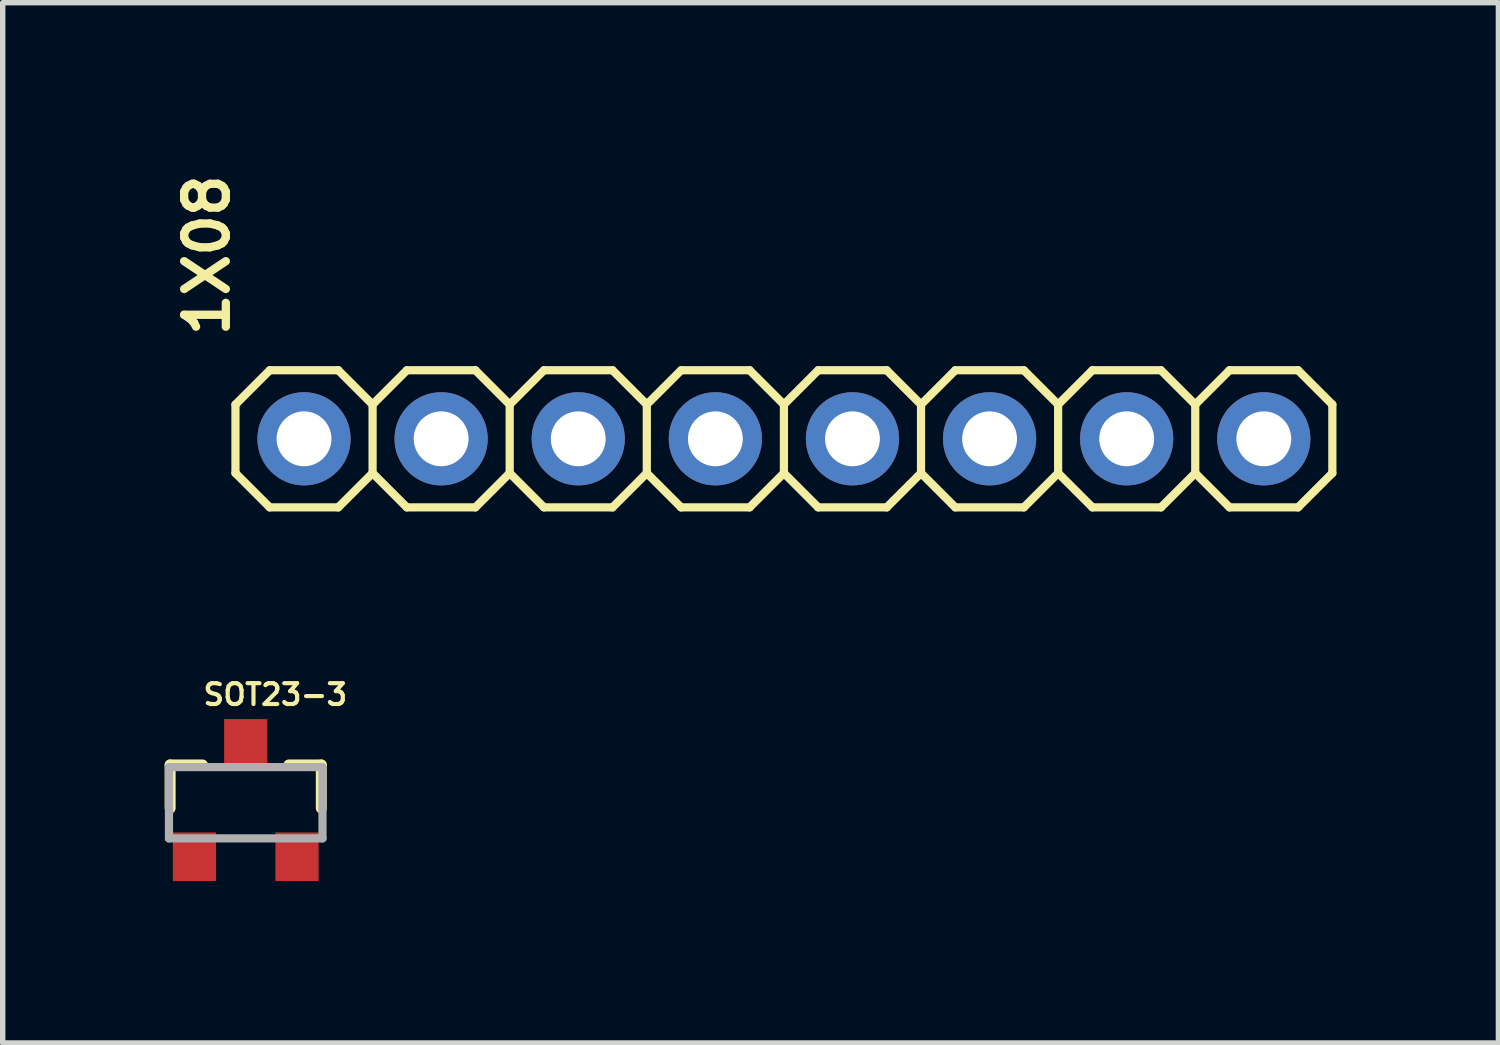
<source format=kicad_pcb>
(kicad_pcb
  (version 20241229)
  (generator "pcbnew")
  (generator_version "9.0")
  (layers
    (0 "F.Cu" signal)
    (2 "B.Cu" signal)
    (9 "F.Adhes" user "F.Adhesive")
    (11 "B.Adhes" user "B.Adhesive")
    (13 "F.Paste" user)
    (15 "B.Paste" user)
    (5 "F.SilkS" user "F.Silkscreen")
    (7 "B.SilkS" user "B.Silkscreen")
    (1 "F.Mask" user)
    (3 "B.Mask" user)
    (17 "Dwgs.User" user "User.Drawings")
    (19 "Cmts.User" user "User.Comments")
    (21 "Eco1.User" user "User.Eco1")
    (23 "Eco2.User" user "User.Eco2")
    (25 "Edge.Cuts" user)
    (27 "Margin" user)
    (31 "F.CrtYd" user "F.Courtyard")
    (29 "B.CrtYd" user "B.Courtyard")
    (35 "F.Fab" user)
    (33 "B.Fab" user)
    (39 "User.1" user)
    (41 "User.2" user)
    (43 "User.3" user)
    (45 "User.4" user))
  (footprint "SOT23-3"
    (layer "F.Cu")
    (at 1.502 11.821)
    (property "Reference" "SOT23-3" (at -0.826 -1.778 0) (layer "F.SilkS") (effects (font (size 0.386 0.386) (thickness 0.077)) (justify left bottom)))
    (attr through_hole)
    (fp_line (start -1.4 -0.7) (end -1.4 0.1) (stroke (width 0.203) (type solid)) (layer "F.SilkS"))
    (fp_line (start -0.8 -0.7) (end -1.4 -0.7) (stroke (width 0.203) (type solid)) (layer "F.SilkS"))
    (fp_line (start 0.8 -0.7) (end 1.4 -0.7) (stroke (width 0.203) (type solid)) (layer "F.SilkS"))
    (fp_line (start 1.4 -0.7) (end 1.4 0.1) (stroke (width 0.203) (type solid)) (layer "F.SilkS"))
    (fp_line (start -1.422 -0.66) (end 1.422 -0.66) (stroke (width 0.152) (type solid)) (layer "F.Fab"))
    (fp_line (start -1.422 0.66) (end -1.422 -0.66) (stroke (width 0.152) (type solid)) (layer "F.Fab"))
    (fp_line (start 1.422 -0.66) (end 1.422 0.66) (stroke (width 0.152) (type solid)) (layer "F.Fab"))
    (fp_line (start 1.422 0.66) (end -1.422 0.66) (stroke (width 0.152) (type solid)) (layer "F.Fab"))
    (pad "1" smd rect (at -0.95 1) (size 0.8 0.9) (layers "F.Cu" "F.Mask" "F.Paste"))
    (pad "2" smd rect (at 0.95 1) (size 0.8 0.9) (layers "F.Cu" "F.Mask" "F.Paste"))
    (pad "3" smd rect (at 0 -1.1) (size 0.8 0.9) (layers "F.Cu" "F.Mask" "F.Paste")))
  (footprint "1X08"
    (layer "F.Cu")
    (at 11.472 5.079)
    (property "Reference" "1X08" (at -10.236 -1.829 90) (layer "F.SilkS") (effects (font (size 0.772 0.772) (thickness 0.154)) (justify left bottom)))
    (attr through_hole)
    (fp_line (start -10.16 -0.635) (end -10.16 0.635) (stroke (width 0.152) (type solid)) (layer "F.SilkS"))
    (fp_line (start -10.16 0.635) (end -9.525 1.27) (stroke (width 0.152) (type solid)) (layer "F.SilkS"))
    (fp_line (start -9.525 -1.27) (end -10.16 -0.635) (stroke (width 0.152) (type solid)) (layer "F.SilkS"))
    (fp_line (start -9.525 -1.27) (end -8.255 -1.27) (stroke (width 0.152) (type solid)) (layer "F.SilkS"))
    (fp_line (start -8.255 -1.27) (end -7.62 -0.635) (stroke (width 0.152) (type solid)) (layer "F.SilkS"))
    (fp_line (start -8.255 1.27) (end -9.525 1.27) (stroke (width 0.152) (type solid)) (layer "F.SilkS"))
    (fp_line (start -7.62 -0.635) (end -7.62 0.635) (stroke (width 0.152) (type solid)) (layer "F.SilkS"))
    (fp_line (start -7.62 -0.635) (end -6.985 -1.27) (stroke (width 0.152) (type solid)) (layer "F.SilkS"))
    (fp_line (start -7.62 0.635) (end -8.255 1.27) (stroke (width 0.152) (type solid)) (layer "F.SilkS"))
    (fp_line (start -6.985 -1.27) (end -5.715 -1.27) (stroke (width 0.152) (type solid)) (layer "F.SilkS"))
    (fp_line (start -6.985 1.27) (end -7.62 0.635) (stroke (width 0.152) (type solid)) (layer "F.SilkS"))
    (fp_line (start -5.715 -1.27) (end -5.08 -0.635) (stroke (width 0.152) (type solid)) (layer "F.SilkS"))
    (fp_line (start -5.715 1.27) (end -6.985 1.27) (stroke (width 0.152) (type solid)) (layer "F.SilkS"))
    (fp_line (start -5.08 -0.635) (end -5.08 0.635) (stroke (width 0.152) (type solid)) (layer "F.SilkS"))
    (fp_line (start -5.08 -0.635) (end -4.445 -1.27) (stroke (width 0.152) (type solid)) (layer "F.SilkS"))
    (fp_line (start -5.08 0.635) (end -5.715 1.27) (stroke (width 0.152) (type solid)) (layer "F.SilkS"))
    (fp_line (start -4.445 -1.27) (end -3.175 -1.27) (stroke (width 0.152) (type solid)) (layer "F.SilkS"))
    (fp_line (start -4.445 1.27) (end -5.08 0.635) (stroke (width 0.152) (type solid)) (layer "F.SilkS"))
    (fp_line (start -3.175 -1.27) (end -2.54 -0.635) (stroke (width 0.152) (type solid)) (layer "F.SilkS"))
    (fp_line (start -3.175 1.27) (end -4.445 1.27) (stroke (width 0.152) (type solid)) (layer "F.SilkS"))
    (fp_line (start -2.54 -0.635) (end -2.54 0.635) (stroke (width 0.152) (type solid)) (layer "F.SilkS"))
    (fp_line (start -2.54 0.635) (end -3.175 1.27) (stroke (width 0.152) (type solid)) (layer "F.SilkS"))
    (fp_line (start -2.54 0.635) (end -1.905 1.27) (stroke (width 0.152) (type solid)) (layer "F.SilkS"))
    (fp_line (start -1.905 -1.27) (end -2.54 -0.635) (stroke (width 0.152) (type solid)) (layer "F.SilkS"))
    (fp_line (start -1.905 -1.27) (end -0.635 -1.27) (stroke (width 0.152) (type solid)) (layer "F.SilkS"))
    (fp_line (start -0.635 -1.27) (end 0 -0.635) (stroke (width 0.152) (type solid)) (layer "F.SilkS"))
    (fp_line (start -0.635 1.27) (end -1.905 1.27) (stroke (width 0.152) (type solid)) (layer "F.SilkS"))
    (fp_line (start 0 -0.635) (end 0 0.635) (stroke (width 0.152) (type solid)) (layer "F.SilkS"))
    (fp_line (start 0 -0.635) (end 0.635 -1.27) (stroke (width 0.152) (type solid)) (layer "F.SilkS"))
    (fp_line (start 0 0.635) (end -0.635 1.27) (stroke (width 0.152) (type solid)) (layer "F.SilkS"))
    (fp_line (start 0.635 -1.27) (end 1.905 -1.27) (stroke (width 0.152) (type solid)) (layer "F.SilkS"))
    (fp_line (start 0.635 1.27) (end 0 0.635) (stroke (width 0.152) (type solid)) (layer "F.SilkS"))
    (fp_line (start 1.905 -1.27) (end 2.54 -0.635) (stroke (width 0.152) (type solid)) (layer "F.SilkS"))
    (fp_line (start 1.905 1.27) (end 0.635 1.27) (stroke (width 0.152) (type solid)) (layer "F.SilkS"))
    (fp_line (start 2.54 -0.635) (end 2.54 0.635) (stroke (width 0.152) (type solid)) (layer "F.SilkS"))
    (fp_line (start 2.54 -0.635) (end 3.175 -1.27) (stroke (width 0.152) (type solid)) (layer "F.SilkS"))
    (fp_line (start 2.54 0.635) (end 1.905 1.27) (stroke (width 0.152) (type solid)) (layer "F.SilkS"))
    (fp_line (start 3.175 -1.27) (end 4.445 -1.27) (stroke (width 0.152) (type solid)) (layer "F.SilkS"))
    (fp_line (start 3.175 1.27) (end 2.54 0.635) (stroke (width 0.152) (type solid)) (layer "F.SilkS"))
    (fp_line (start 4.445 -1.27) (end 5.08 -0.635) (stroke (width 0.152) (type solid)) (layer "F.SilkS"))
    (fp_line (start 4.445 1.27) (end 3.175 1.27) (stroke (width 0.152) (type solid)) (layer "F.SilkS"))
    (fp_line (start 5.08 -0.635) (end 5.08 0.635) (stroke (width 0.152) (type solid)) (layer "F.SilkS"))
    (fp_line (start 5.08 0.635) (end 4.445 1.27) (stroke (width 0.152) (type solid)) (layer "F.SilkS"))
    (fp_line (start 5.08 0.635) (end 5.715 1.27) (stroke (width 0.152) (type solid)) (layer "F.SilkS"))
    (fp_line (start 5.715 -1.27) (end 5.08 -0.635) (stroke (width 0.152) (type solid)) (layer "F.SilkS"))
    (fp_line (start 5.715 -1.27) (end 6.985 -1.27) (stroke (width 0.152) (type solid)) (layer "F.SilkS"))
    (fp_line (start 6.985 -1.27) (end 7.62 -0.635) (stroke (width 0.152) (type solid)) (layer "F.SilkS"))
    (fp_line (start 6.985 1.27) (end 5.715 1.27) (stroke (width 0.152) (type solid)) (layer "F.SilkS"))
    (fp_line (start 7.62 -0.635) (end 7.62 0.635) (stroke (width 0.152) (type solid)) (layer "F.SilkS"))
    (fp_line (start 7.62 0.635) (end 6.985 1.27) (stroke (width 0.152) (type solid)) (layer "F.SilkS"))
    (fp_line (start 7.62 0.635) (end 8.255 1.27) (stroke (width 0.152) (type solid)) (layer "F.SilkS"))
    (fp_line (start 8.255 -1.27) (end 7.62 -0.635) (stroke (width 0.152) (type solid)) (layer "F.SilkS"))
    (fp_line (start 8.255 -1.27) (end 9.525 -1.27) (stroke (width 0.152) (type solid)) (layer "F.SilkS"))
    (fp_line (start 9.525 -1.27) (end 10.16 -0.635) (stroke (width 0.152) (type solid)) (layer "F.SilkS"))
    (fp_line (start 9.525 1.27) (end 8.255 1.27) (stroke (width 0.152) (type solid)) (layer "F.SilkS"))
    (fp_line (start 10.16 -0.635) (end 10.16 0.635) (stroke (width 0.152) (type solid)) (layer "F.SilkS"))
    (fp_line (start 10.16 0.635) (end 9.525 1.27) (stroke (width 0.152) (type solid)) (layer "F.SilkS"))
    (fp_poly (pts (xy -9.144 0.254) (xy -8.636 0.254) (xy -8.636 -0.254) (xy -9.144 -0.254)) (stroke (width 0.1) (type solid)) (fill no) (layer "F.Fab"))
    (fp_poly (pts (xy -6.604 0.254) (xy -6.096 0.254) (xy -6.096 -0.254) (xy -6.604 -0.254)) (stroke (width 0.1) (type solid)) (fill no) (layer "F.Fab"))
    (fp_poly (pts (xy -4.064 0.254) (xy -3.556 0.254) (xy -3.556 -0.254) (xy -4.064 -0.254)) (stroke (width 0.1) (type solid)) (fill no) (layer "F.Fab"))
    (fp_poly (pts (xy -1.524 0.254) (xy -1.016 0.254) (xy -1.016 -0.254) (xy -1.524 -0.254)) (stroke (width 0.1) (type solid)) (fill no) (layer "F.Fab"))
    (fp_poly (pts (xy 1.016 0.254) (xy 1.524 0.254) (xy 1.524 -0.254) (xy 1.016 -0.254)) (stroke (width 0.1) (type solid)) (fill no) (layer "F.Fab"))
    (fp_poly (pts (xy 3.556 0.254) (xy 4.064 0.254) (xy 4.064 -0.254) (xy 3.556 -0.254)) (stroke (width 0.1) (type solid)) (fill no) (layer "F.Fab"))
    (fp_poly (pts (xy 6.096 0.254) (xy 6.604 0.254) (xy 6.604 -0.254) (xy 6.096 -0.254)) (stroke (width 0.1) (type solid)) (fill no) (layer "F.Fab"))
    (fp_poly (pts (xy 8.636 0.254) (xy 9.144 0.254) (xy 9.144 -0.254) (xy 8.636 -0.254)) (stroke (width 0.1) (type solid)) (fill no) (layer "F.Fab"))
    (pad "1" thru_hole circle (at -8.89 0 90) (size 1.727 1.727) (drill 1.016) (layers "*.Cu" "*.Mask"))
    (pad "2" thru_hole circle (at -6.35 0 90) (size 1.727 1.727) (drill 1.016) (layers "*.Cu" "*.Mask"))
    (pad "3" thru_hole circle (at -3.81 0 90) (size 1.727 1.727) (drill 1.016) (layers "*.Cu" "*.Mask"))
    (pad "4" thru_hole circle (at -1.27 0 90) (size 1.727 1.727) (drill 1.016) (layers "*.Cu" "*.Mask"))
    (pad "5" thru_hole circle (at 1.27 0 90) (size 1.727 1.727) (drill 1.016) (layers "*.Cu" "*.Mask"))
    (pad "6" thru_hole circle (at 3.81 0 90) (size 1.727 1.727) (drill 1.016) (layers "*.Cu" "*.Mask"))
    (pad "7" thru_hole circle (at 6.35 0 90) (size 1.727 1.727) (drill 1.016) (layers "*.Cu" "*.Mask"))
    (pad "8" thru_hole circle (at 8.89 0 90) (size 1.727 1.727) (drill 1.016) (layers "*.Cu" "*.Mask")))
  (gr_rect
    (start -3 -3)
    (end 24.708 16.271)
    (stroke (width 0.1) (type default))
    (fill no)
    (layer "Edge.Cuts")))
</source>
